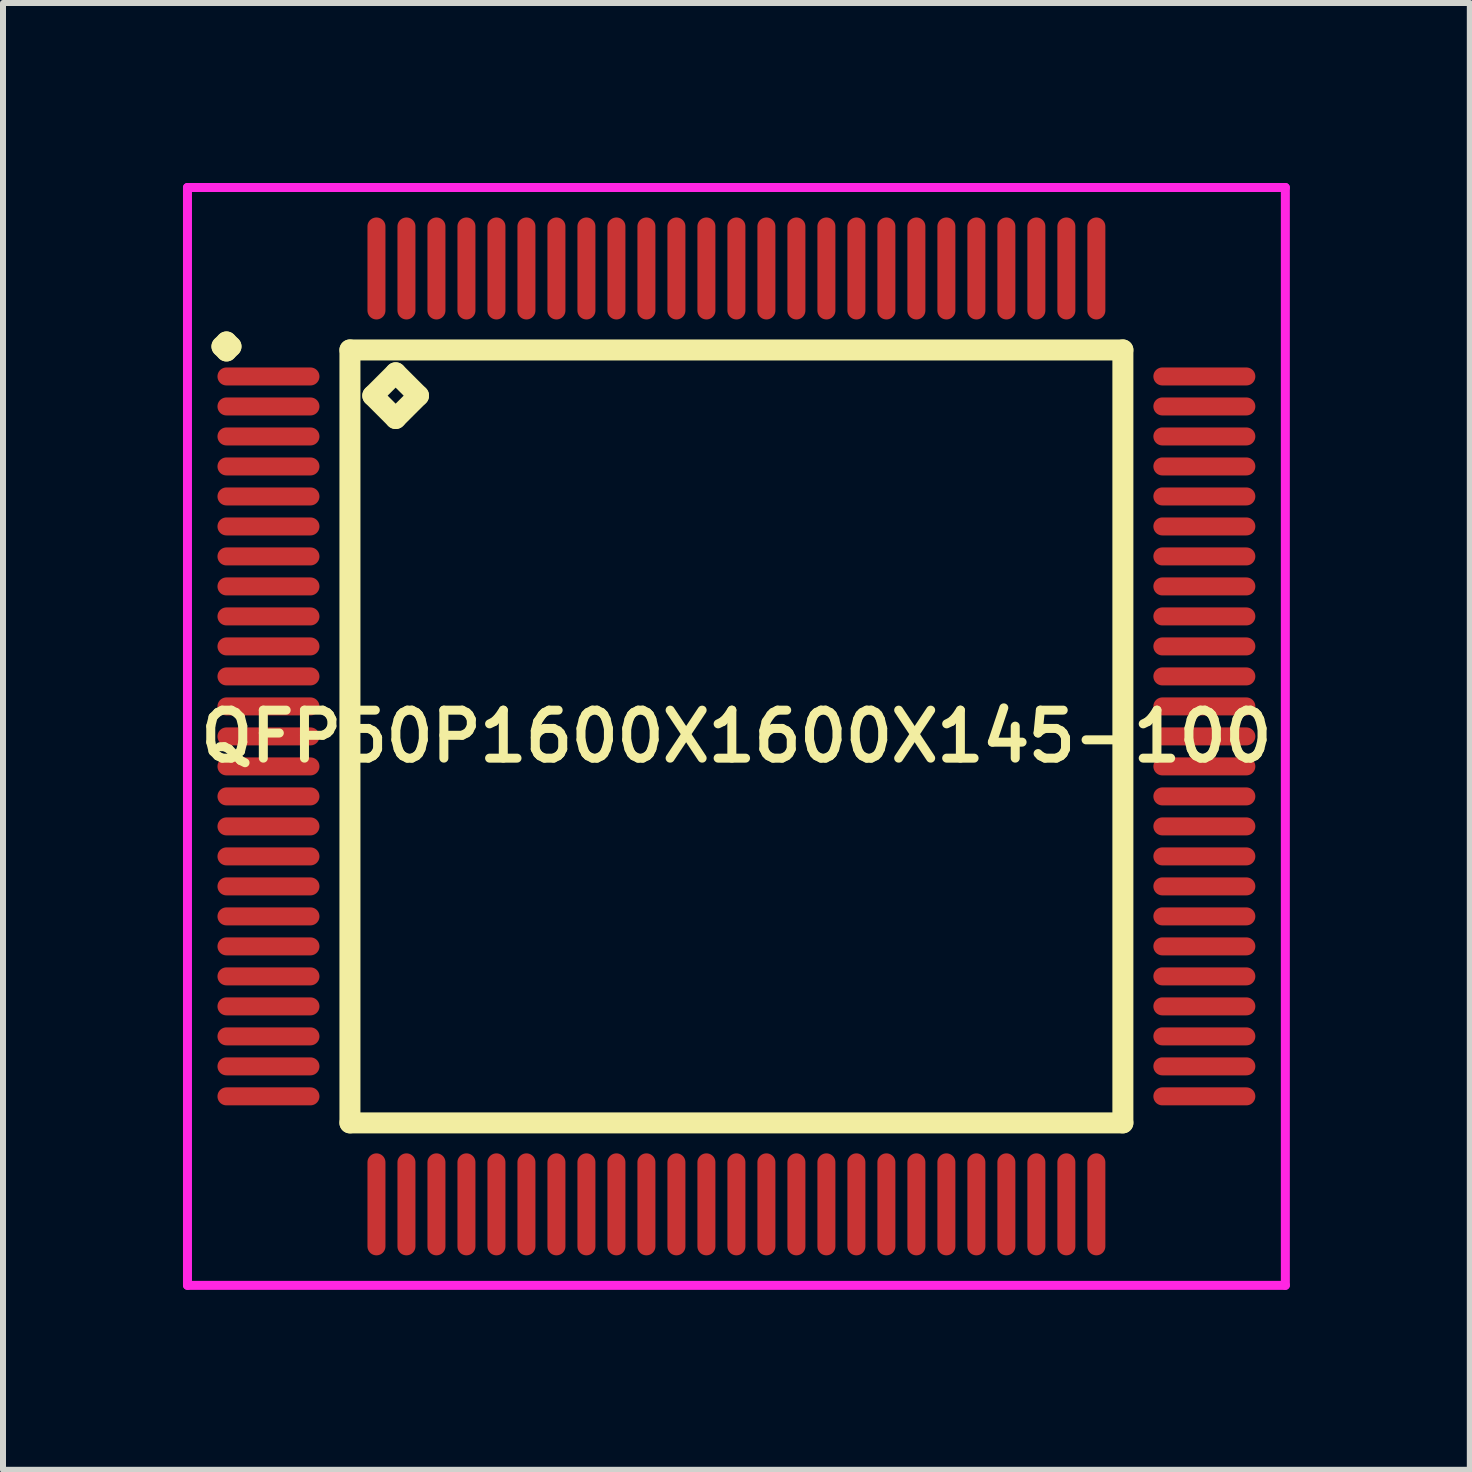
<source format=kicad_pcb>
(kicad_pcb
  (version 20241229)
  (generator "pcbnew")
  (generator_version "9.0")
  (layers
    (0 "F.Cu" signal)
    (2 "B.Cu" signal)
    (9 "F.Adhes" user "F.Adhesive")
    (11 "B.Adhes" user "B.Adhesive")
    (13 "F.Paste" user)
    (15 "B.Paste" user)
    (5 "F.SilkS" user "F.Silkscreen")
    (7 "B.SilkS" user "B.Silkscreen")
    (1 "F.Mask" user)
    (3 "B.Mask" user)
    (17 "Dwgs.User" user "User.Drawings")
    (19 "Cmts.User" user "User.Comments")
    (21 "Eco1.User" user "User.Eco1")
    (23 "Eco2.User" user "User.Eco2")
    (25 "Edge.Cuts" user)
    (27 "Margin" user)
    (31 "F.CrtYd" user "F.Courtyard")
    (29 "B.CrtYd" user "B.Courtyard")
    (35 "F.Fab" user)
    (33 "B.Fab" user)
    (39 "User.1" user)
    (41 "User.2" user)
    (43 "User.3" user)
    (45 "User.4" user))
  (footprint "QFP50P1600X1600X145-100"
    (layer "F.Cu")
    (at 9.225 9.225)
    (property "Reference" "QFP50P1600X1600X145-100" (at 0 0 0) (layer "F.SilkS") (effects (font (size 0.8 0.8) (thickness 0.15))))
    (attr smd)
    (fp_line (start -8.575 -6.5) (end -8.5 -6.575) (stroke (width 0.35) (type solid)) (layer "F.SilkS"))
    (fp_line (start -8.5 -6.575) (end -8.425 -6.5) (stroke (width 0.35) (type solid)) (layer "F.SilkS"))
    (fp_line (start -8.5 -6.425) (end -8.575 -6.5) (stroke (width 0.35) (type solid)) (layer "F.SilkS"))
    (fp_line (start -8.425 -6.5) (end -8.5 -6.425) (stroke (width 0.35) (type solid)) (layer "F.SilkS"))
    (fp_line (start -6.442 -6.442) (end -6.442 6.442) (stroke (width 0.35) (type solid)) (layer "F.SilkS"))
    (fp_line (start -6.442 6.442) (end 6.442 6.442) (stroke (width 0.35) (type solid)) (layer "F.SilkS"))
    (fp_line (start -6.061 -5.68) (end -5.68 -6.061) (stroke (width 0.35) (type solid)) (layer "F.SilkS"))
    (fp_line (start -5.68 -6.061) (end -5.299 -5.68) (stroke (width 0.35) (type solid)) (layer "F.SilkS"))
    (fp_line (start -5.68 -5.299) (end -6.061 -5.68) (stroke (width 0.35) (type solid)) (layer "F.SilkS"))
    (fp_line (start -5.299 -5.68) (end -5.68 -5.299) (stroke (width 0.35) (type solid)) (layer "F.SilkS"))
    (fp_line (start 6.442 -6.442) (end -6.442 -6.442) (stroke (width 0.35) (type solid)) (layer "F.SilkS"))
    (fp_line (start 6.442 6.442) (end 6.442 -6.442) (stroke (width 0.35) (type solid)) (layer "F.SilkS"))
    (fp_line (start -9.15 -9.15) (end 9.15 -9.15) (stroke (width 0.15) (type solid)) (layer "F.CrtYd"))
    (fp_line (start -9.15 9.15) (end -9.15 -9.15) (stroke (width 0.15) (type solid)) (layer "F.CrtYd"))
    (fp_line (start 9.15 -9.15) (end 9.15 9.15) (stroke (width 0.15) (type solid)) (layer "F.CrtYd"))
    (fp_line (start 9.15 9.15) (end -9.15 9.15) (stroke (width 0.15) (type solid)) (layer "F.CrtYd"))
    (pad "1" smd oval (at -7.8 -6) (size 1.7 0.3) (layers "F.Cu" "F.Mask" "F.Paste"))
    (pad "2" smd oval (at -7.8 -5.5) (size 1.7 0.3) (layers "F.Cu" "F.Mask" "F.Paste"))
    (pad "3" smd oval (at -7.8 -5) (size 1.7 0.3) (layers "F.Cu" "F.Mask" "F.Paste"))
    (pad "4" smd oval (at -7.8 -4.5) (size 1.7 0.3) (layers "F.Cu" "F.Mask" "F.Paste"))
    (pad "5" smd oval (at -7.8 -4) (size 1.7 0.3) (layers "F.Cu" "F.Mask" "F.Paste"))
    (pad "6" smd oval (at -7.8 -3.5) (size 1.7 0.3) (layers "F.Cu" "F.Mask" "F.Paste"))
    (pad "7" smd oval (at -7.8 -3) (size 1.7 0.3) (layers "F.Cu" "F.Mask" "F.Paste"))
    (pad "8" smd oval (at -7.8 -2.5) (size 1.7 0.3) (layers "F.Cu" "F.Mask" "F.Paste"))
    (pad "9" smd oval (at -7.8 -2) (size 1.7 0.3) (layers "F.Cu" "F.Mask" "F.Paste"))
    (pad "10" smd oval (at -7.8 -1.5) (size 1.7 0.3) (layers "F.Cu" "F.Mask" "F.Paste"))
    (pad "11" smd oval (at -7.8 -1) (size 1.7 0.3) (layers "F.Cu" "F.Mask" "F.Paste"))
    (pad "12" smd oval (at -7.8 -0.5) (size 1.7 0.3) (layers "F.Cu" "F.Mask" "F.Paste"))
    (pad "13" smd oval (at -7.8 0) (size 1.7 0.3) (layers "F.Cu" "F.Mask" "F.Paste"))
    (pad "14" smd oval (at -7.8 0.5) (size 1.7 0.3) (layers "F.Cu" "F.Mask" "F.Paste"))
    (pad "15" smd oval (at -7.8 1) (size 1.7 0.3) (layers "F.Cu" "F.Mask" "F.Paste"))
    (pad "16" smd oval (at -7.8 1.5) (size 1.7 0.3) (layers "F.Cu" "F.Mask" "F.Paste"))
    (pad "17" smd oval (at -7.8 2) (size 1.7 0.3) (layers "F.Cu" "F.Mask" "F.Paste"))
    (pad "18" smd oval (at -7.8 2.5) (size 1.7 0.3) (layers "F.Cu" "F.Mask" "F.Paste"))
    (pad "19" smd oval (at -7.8 3) (size 1.7 0.3) (layers "F.Cu" "F.Mask" "F.Paste"))
    (pad "20" smd oval (at -7.8 3.5) (size 1.7 0.3) (layers "F.Cu" "F.Mask" "F.Paste"))
    (pad "21" smd oval (at -7.8 4) (size 1.7 0.3) (layers "F.Cu" "F.Mask" "F.Paste"))
    (pad "22" smd oval (at -7.8 4.5) (size 1.7 0.3) (layers "F.Cu" "F.Mask" "F.Paste"))
    (pad "23" smd oval (at -7.8 5) (size 1.7 0.3) (layers "F.Cu" "F.Mask" "F.Paste"))
    (pad "24" smd oval (at -7.8 5.5) (size 1.7 0.3) (layers "F.Cu" "F.Mask" "F.Paste"))
    (pad "25" smd oval (at -7.8 6) (size 1.7 0.3) (layers "F.Cu" "F.Mask" "F.Paste"))
    (pad "26" smd oval (at -6 7.8) (size 0.3 1.7) (layers "F.Cu" "F.Mask" "F.Paste"))
    (pad "27" smd oval (at -5.5 7.8) (size 0.3 1.7) (layers "F.Cu" "F.Mask" "F.Paste"))
    (pad "28" smd oval (at -5 7.8) (size 0.3 1.7) (layers "F.Cu" "F.Mask" "F.Paste"))
    (pad "29" smd oval (at -4.5 7.8) (size 0.3 1.7) (layers "F.Cu" "F.Mask" "F.Paste"))
    (pad "30" smd oval (at -4 7.8) (size 0.3 1.7) (layers "F.Cu" "F.Mask" "F.Paste"))
    (pad "31" smd oval (at -3.5 7.8) (size 0.3 1.7) (layers "F.Cu" "F.Mask" "F.Paste"))
    (pad "32" smd oval (at -3 7.8) (size 0.3 1.7) (layers "F.Cu" "F.Mask" "F.Paste"))
    (pad "33" smd oval (at -2.5 7.8) (size 0.3 1.7) (layers "F.Cu" "F.Mask" "F.Paste"))
    (pad "34" smd oval (at -2 7.8) (size 0.3 1.7) (layers "F.Cu" "F.Mask" "F.Paste"))
    (pad "35" smd oval (at -1.5 7.8) (size 0.3 1.7) (layers "F.Cu" "F.Mask" "F.Paste"))
    (pad "36" smd oval (at -1 7.8) (size 0.3 1.7) (layers "F.Cu" "F.Mask" "F.Paste"))
    (pad "37" smd oval (at -0.5 7.8) (size 0.3 1.7) (layers "F.Cu" "F.Mask" "F.Paste"))
    (pad "38" smd oval (at 0 7.8) (size 0.3 1.7) (layers "F.Cu" "F.Mask" "F.Paste"))
    (pad "39" smd oval (at 0.5 7.8) (size 0.3 1.7) (layers "F.Cu" "F.Mask" "F.Paste"))
    (pad "40" smd oval (at 1 7.8) (size 0.3 1.7) (layers "F.Cu" "F.Mask" "F.Paste"))
    (pad "41" smd oval (at 1.5 7.8) (size 0.3 1.7) (layers "F.Cu" "F.Mask" "F.Paste"))
    (pad "42" smd oval (at 2 7.8) (size 0.3 1.7) (layers "F.Cu" "F.Mask" "F.Paste"))
    (pad "43" smd oval (at 2.5 7.8) (size 0.3 1.7) (layers "F.Cu" "F.Mask" "F.Paste"))
    (pad "44" smd oval (at 3 7.8) (size 0.3 1.7) (layers "F.Cu" "F.Mask" "F.Paste"))
    (pad "45" smd oval (at 3.5 7.8) (size 0.3 1.7) (layers "F.Cu" "F.Mask" "F.Paste"))
    (pad "46" smd oval (at 4 7.8) (size 0.3 1.7) (layers "F.Cu" "F.Mask" "F.Paste"))
    (pad "47" smd oval (at 4.5 7.8) (size 0.3 1.7) (layers "F.Cu" "F.Mask" "F.Paste"))
    (pad "48" smd oval (at 5 7.8) (size 0.3 1.7) (layers "F.Cu" "F.Mask" "F.Paste"))
    (pad "49" smd oval (at 5.5 7.8) (size 0.3 1.7) (layers "F.Cu" "F.Mask" "F.Paste"))
    (pad "50" smd oval (at 6 7.8) (size 0.3 1.7) (layers "F.Cu" "F.Mask" "F.Paste"))
    (pad "51" smd oval (at 7.8 6) (size 1.7 0.3) (layers "F.Cu" "F.Mask" "F.Paste"))
    (pad "52" smd oval (at 7.8 5.5) (size 1.7 0.3) (layers "F.Cu" "F.Mask" "F.Paste"))
    (pad "53" smd oval (at 7.8 5) (size 1.7 0.3) (layers "F.Cu" "F.Mask" "F.Paste"))
    (pad "54" smd oval (at 7.8 4.5) (size 1.7 0.3) (layers "F.Cu" "F.Mask" "F.Paste"))
    (pad "55" smd oval (at 7.8 4) (size 1.7 0.3) (layers "F.Cu" "F.Mask" "F.Paste"))
    (pad "56" smd oval (at 7.8 3.5) (size 1.7 0.3) (layers "F.Cu" "F.Mask" "F.Paste"))
    (pad "57" smd oval (at 7.8 3) (size 1.7 0.3) (layers "F.Cu" "F.Mask" "F.Paste"))
    (pad "58" smd oval (at 7.8 2.5) (size 1.7 0.3) (layers "F.Cu" "F.Mask" "F.Paste"))
    (pad "59" smd oval (at 7.8 2) (size 1.7 0.3) (layers "F.Cu" "F.Mask" "F.Paste"))
    (pad "60" smd oval (at 7.8 1.5) (size 1.7 0.3) (layers "F.Cu" "F.Mask" "F.Paste"))
    (pad "61" smd oval (at 7.8 1) (size 1.7 0.3) (layers "F.Cu" "F.Mask" "F.Paste"))
    (pad "62" smd oval (at 7.8 0.5) (size 1.7 0.3) (layers "F.Cu" "F.Mask" "F.Paste"))
    (pad "63" smd oval (at 7.8 0) (size 1.7 0.3) (layers "F.Cu" "F.Mask" "F.Paste"))
    (pad "64" smd oval (at 7.8 -0.5) (size 1.7 0.3) (layers "F.Cu" "F.Mask" "F.Paste"))
    (pad "65" smd oval (at 7.8 -1) (size 1.7 0.3) (layers "F.Cu" "F.Mask" "F.Paste"))
    (pad "66" smd oval (at 7.8 -1.5) (size 1.7 0.3) (layers "F.Cu" "F.Mask" "F.Paste"))
    (pad "67" smd oval (at 7.8 -2) (size 1.7 0.3) (layers "F.Cu" "F.Mask" "F.Paste"))
    (pad "68" smd oval (at 7.8 -2.5) (size 1.7 0.3) (layers "F.Cu" "F.Mask" "F.Paste"))
    (pad "69" smd oval (at 7.8 -3) (size 1.7 0.3) (layers "F.Cu" "F.Mask" "F.Paste"))
    (pad "70" smd oval (at 7.8 -3.5) (size 1.7 0.3) (layers "F.Cu" "F.Mask" "F.Paste"))
    (pad "71" smd oval (at 7.8 -4) (size 1.7 0.3) (layers "F.Cu" "F.Mask" "F.Paste"))
    (pad "72" smd oval (at 7.8 -4.5) (size 1.7 0.3) (layers "F.Cu" "F.Mask" "F.Paste"))
    (pad "73" smd oval (at 7.8 -5) (size 1.7 0.3) (layers "F.Cu" "F.Mask" "F.Paste"))
    (pad "74" smd oval (at 7.8 -5.5) (size 1.7 0.3) (layers "F.Cu" "F.Mask" "F.Paste"))
    (pad "75" smd oval (at 7.8 -6) (size 1.7 0.3) (layers "F.Cu" "F.Mask" "F.Paste"))
    (pad "76" smd oval (at 6 -7.8) (size 0.3 1.7) (layers "F.Cu" "F.Mask" "F.Paste"))
    (pad "77" smd oval (at 5.5 -7.8) (size 0.3 1.7) (layers "F.Cu" "F.Mask" "F.Paste"))
    (pad "78" smd oval (at 5 -7.8) (size 0.3 1.7) (layers "F.Cu" "F.Mask" "F.Paste"))
    (pad "79" smd oval (at 4.5 -7.8) (size 0.3 1.7) (layers "F.Cu" "F.Mask" "F.Paste"))
    (pad "80" smd oval (at 4 -7.8) (size 0.3 1.7) (layers "F.Cu" "F.Mask" "F.Paste"))
    (pad "81" smd oval (at 3.5 -7.8) (size 0.3 1.7) (layers "F.Cu" "F.Mask" "F.Paste"))
    (pad "82" smd oval (at 3 -7.8) (size 0.3 1.7) (layers "F.Cu" "F.Mask" "F.Paste"))
    (pad "83" smd oval (at 2.5 -7.8) (size 0.3 1.7) (layers "F.Cu" "F.Mask" "F.Paste"))
    (pad "84" smd oval (at 2 -7.8) (size 0.3 1.7) (layers "F.Cu" "F.Mask" "F.Paste"))
    (pad "85" smd oval (at 1.5 -7.8) (size 0.3 1.7) (layers "F.Cu" "F.Mask" "F.Paste"))
    (pad "86" smd oval (at 1 -7.8) (size 0.3 1.7) (layers "F.Cu" "F.Mask" "F.Paste"))
    (pad "87" smd oval (at 0.5 -7.8) (size 0.3 1.7) (layers "F.Cu" "F.Mask" "F.Paste"))
    (pad "88" smd oval (at 0 -7.8) (size 0.3 1.7) (layers "F.Cu" "F.Mask" "F.Paste"))
    (pad "89" smd oval (at -0.5 -7.8) (size 0.3 1.7) (layers "F.Cu" "F.Mask" "F.Paste"))
    (pad "90" smd oval (at -1 -7.8) (size 0.3 1.7) (layers "F.Cu" "F.Mask" "F.Paste"))
    (pad "91" smd oval (at -1.5 -7.8) (size 0.3 1.7) (layers "F.Cu" "F.Mask" "F.Paste"))
    (pad "92" smd oval (at -2 -7.8) (size 0.3 1.7) (layers "F.Cu" "F.Mask" "F.Paste"))
    (pad "93" smd oval (at -2.5 -7.8) (size 0.3 1.7) (layers "F.Cu" "F.Mask" "F.Paste"))
    (pad "94" smd oval (at -3 -7.8) (size 0.3 1.7) (layers "F.Cu" "F.Mask" "F.Paste"))
    (pad "95" smd oval (at -3.5 -7.8) (size 0.3 1.7) (layers "F.Cu" "F.Mask" "F.Paste"))
    (pad "96" smd oval (at -4 -7.8) (size 0.3 1.7) (layers "F.Cu" "F.Mask" "F.Paste"))
    (pad "97" smd oval (at -4.5 -7.8) (size 0.3 1.7) (layers "F.Cu" "F.Mask" "F.Paste"))
    (pad "98" smd oval (at -5 -7.8) (size 0.3 1.7) (layers "F.Cu" "F.Mask" "F.Paste"))
    (pad "99" smd oval (at -5.5 -7.8) (size 0.3 1.7) (layers "F.Cu" "F.Mask" "F.Paste"))
    (pad "100" smd oval (at -6 -7.8) (size 0.3 1.7) (layers "F.Cu" "F.Mask" "F.Paste")))
  (gr_rect
    (start -3 -3)
    (end 21.45 21.45)
    (stroke (width 0.1) (type default))
    (fill no)
    (layer "Edge.Cuts")))
</source>
